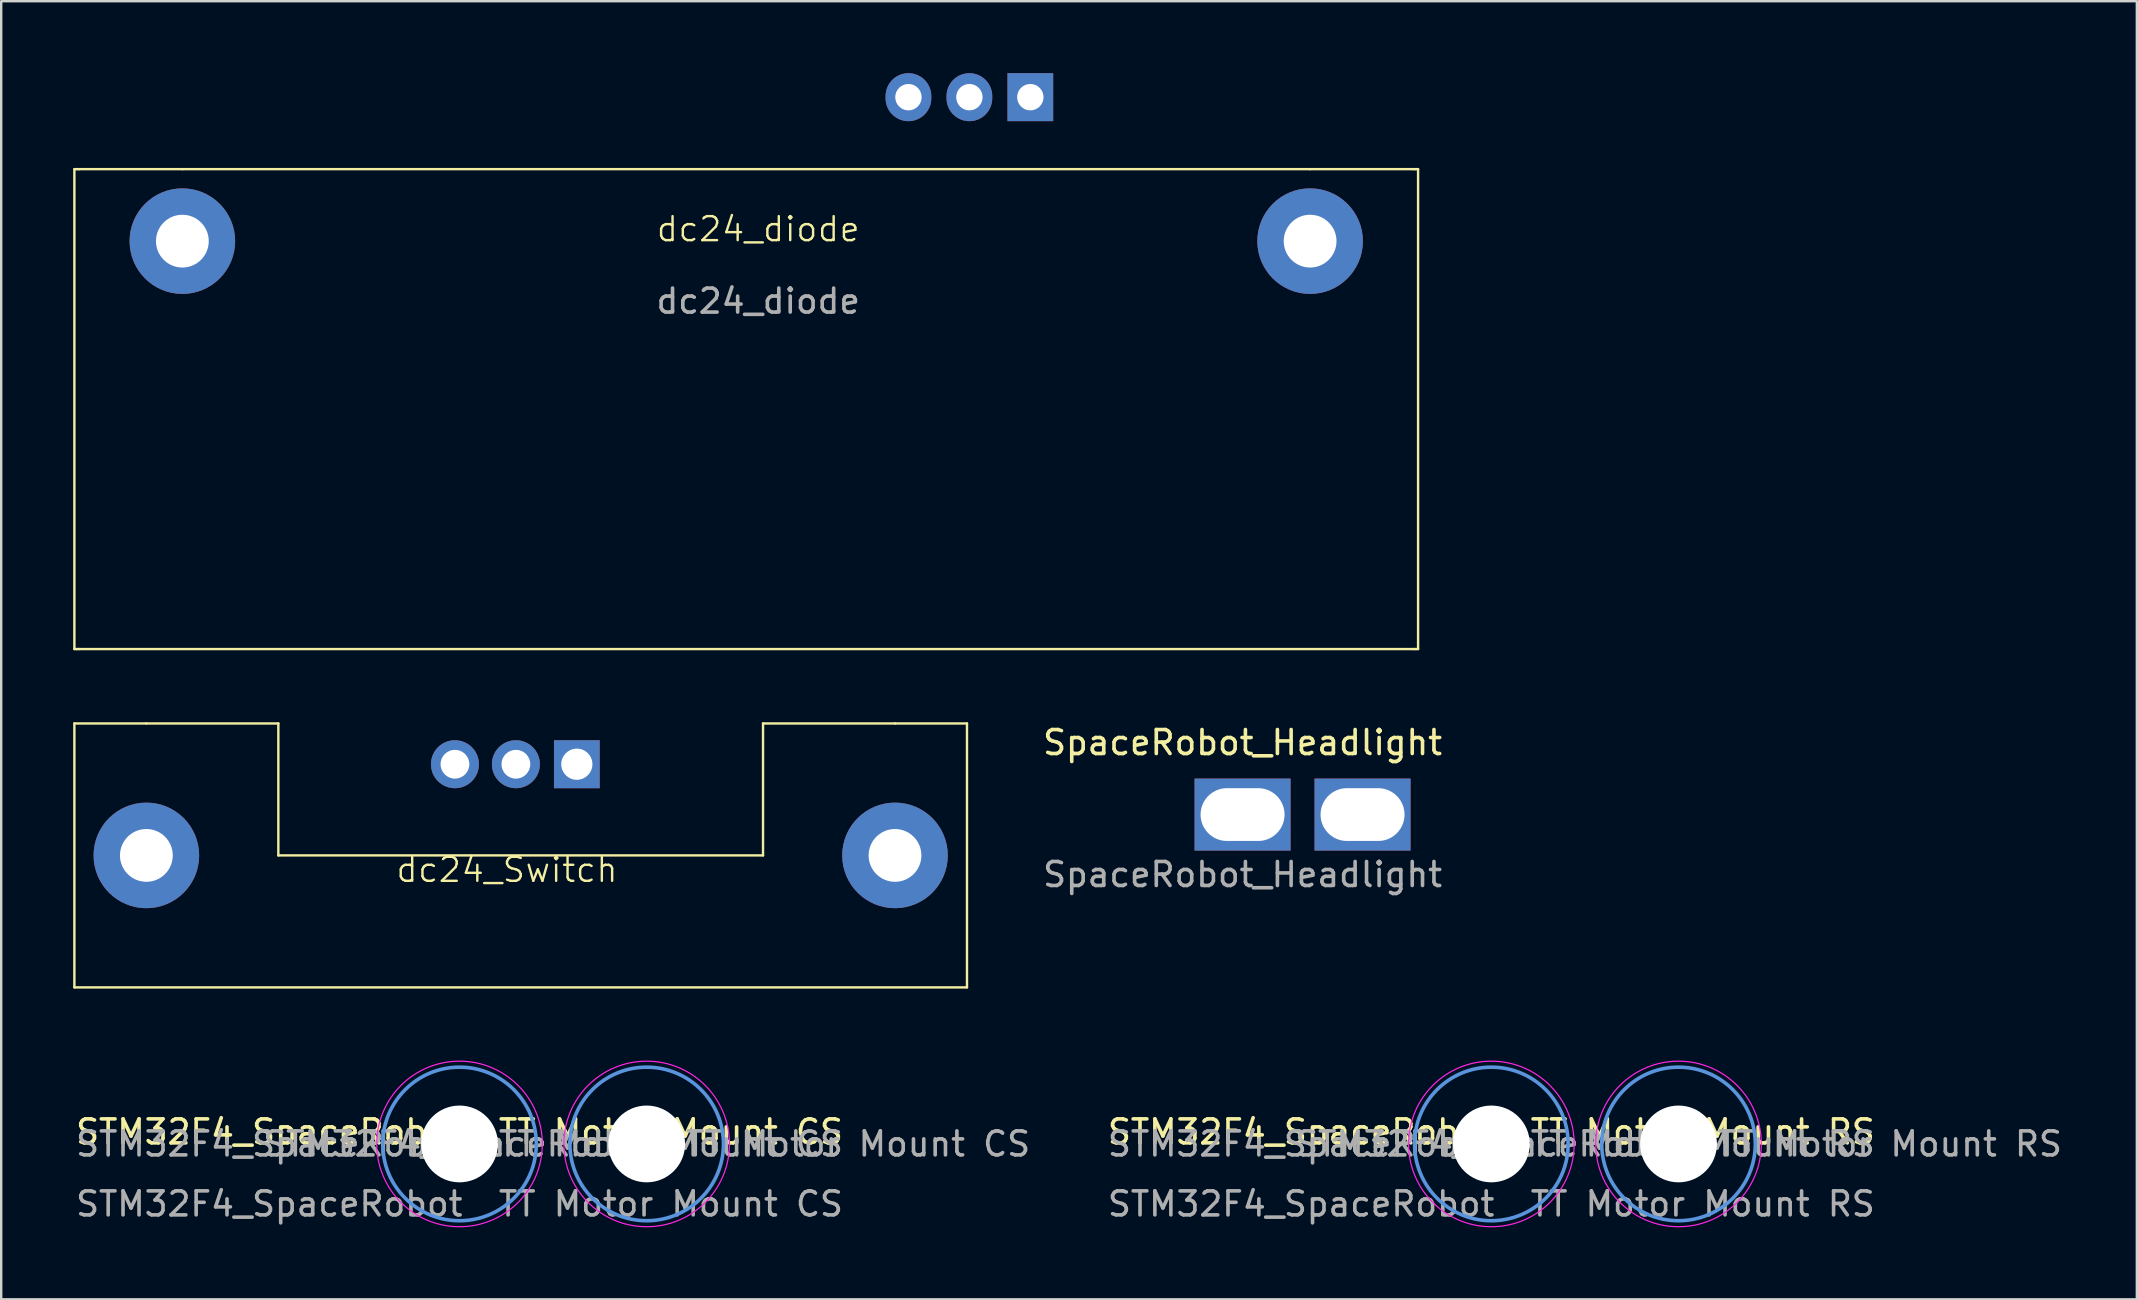
<source format=kicad_pcb>
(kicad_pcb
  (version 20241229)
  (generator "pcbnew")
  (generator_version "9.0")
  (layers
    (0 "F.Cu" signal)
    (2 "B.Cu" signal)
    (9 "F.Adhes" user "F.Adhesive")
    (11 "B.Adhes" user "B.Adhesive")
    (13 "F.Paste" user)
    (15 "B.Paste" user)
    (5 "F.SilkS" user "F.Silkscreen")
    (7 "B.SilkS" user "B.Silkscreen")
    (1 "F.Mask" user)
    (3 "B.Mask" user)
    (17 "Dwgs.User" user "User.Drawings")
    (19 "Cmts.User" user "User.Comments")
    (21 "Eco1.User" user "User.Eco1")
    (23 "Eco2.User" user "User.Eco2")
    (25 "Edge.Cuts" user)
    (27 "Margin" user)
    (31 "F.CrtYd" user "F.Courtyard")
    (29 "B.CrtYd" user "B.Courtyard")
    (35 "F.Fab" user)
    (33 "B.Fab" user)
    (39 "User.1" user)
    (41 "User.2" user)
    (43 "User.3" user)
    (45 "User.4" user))
  (footprint "STM32F4_SpaceRobot  TT Motor Mount CS"
    (layer "F.Cu")
    (at 16.101 44.625)
    (property "Reference" "STM32F4_SpaceRobot  TT Motor Mount CS" (at 0 -0.5 0) (unlocked yes) (layer "F.SilkS") (effects (font (size 1 1) (thickness 0.15))))
    (attr through_hole)
    (fp_circle (center 0 0) (end 3.2 0) (stroke (width 0.15) (type solid)) (fill no) (layer "Cmts.User"))
    (fp_circle (center 7.8 0) (end 11 0) (stroke (width 0.15) (type solid)) (fill no) (layer "Cmts.User"))
    (fp_circle (center 0 0) (end 3.45 0) (stroke (width 0.05) (type solid)) (fill no) (layer "F.CrtYd"))
    (fp_circle (center 7.8 0) (end 11.25 0) (stroke (width 0.05) (type solid)) (fill no) (layer "F.CrtYd"))
    (fp_text user "${REFERENCE}" (at 0 0 0) (layer "F.Fab") (effects (font (size 1 1) (thickness 0.15))))
    (fp_text user "${REFERENCE}" (at 7.8 0 0) (layer "F.Fab") (effects (font (size 1 1) (thickness 0.15))))
    (fp_text user "${REFERENCE}" (at 0 2.5 0) (unlocked yes) (layer "F.Fab") (effects (font (size 1 1) (thickness 0.15))))
    (pad "" np_thru_hole circle (at 0 0) (size 3.2 3.2) (drill 3.2) (layers "*.Cu" "*.Mask"))
    (pad "" np_thru_hole circle (at 7.8 0) (size 3.2 3.2) (drill 3.2) (layers "*.Cu" "*.Mask")))
  (footprint "STM32F4_SpaceRobot  TT Motor Mount RS"
    (layer "F.Cu")
    (at 59.104 44.625)
    (property "Reference" "STM32F4_SpaceRobot  TT Motor Mount RS" (at 0 -0.5 0) (unlocked yes) (layer "F.SilkS") (effects (font (size 1 1) (thickness 0.15))))
    (attr through_hole)
    (fp_circle (center 0 0) (end 3.2 0) (stroke (width 0.15) (type solid)) (fill no) (layer "Cmts.User"))
    (fp_circle (center 7.8 0) (end 11 0) (stroke (width 0.15) (type solid)) (fill no) (layer "Cmts.User"))
    (fp_circle (center 0 0) (end 3.45 0) (stroke (width 0.05) (type solid)) (fill no) (layer "F.CrtYd"))
    (fp_circle (center 7.8 0) (end 11.25 0) (stroke (width 0.05) (type solid)) (fill no) (layer "F.CrtYd"))
    (fp_text user "${REFERENCE}" (at 0 0 0) (layer "F.Fab") (effects (font (size 1 1) (thickness 0.15))))
    (fp_text user "${REFERENCE}" (at 7.8 0 0) (layer "F.Fab") (effects (font (size 1 1) (thickness 0.15))))
    (fp_text user "${REFERENCE}" (at 0 2.5 0) (unlocked yes) (layer "F.Fab") (effects (font (size 1 1) (thickness 0.15))))
    (pad "" np_thru_hole circle (at 0 0) (size 3.2 3.2) (drill 3.2) (layers "*.Cu" "*.Mask"))
    (pad "" np_thru_hole circle (at 7.8 0) (size 3.2 3.2) (drill 3.2) (layers "*.Cu" "*.Mask")))
  (footprint "SpaceRobot_Headlight"
    (layer "F.Cu")
    (at 48.735 30.898)
    (property "Reference" "SpaceRobot_Headlight" (at 0 -3 0) (unlocked yes) (layer "F.SilkS") (effects (font (size 1 1) (thickness 0.15))))
    (attr through_hole)
    (fp_text user "${REFERENCE}" (at 0 2.5 0) (unlocked yes) (layer "F.Fab") (effects (font (size 1 1) (thickness 0.15))))
    (pad "1" thru_hole custom (at 0 0) (size 4 3) (drill oval 3.5 2.2) (layers "*.Cu" "*.Mask") (options (anchor rect)) (primitives))
    (pad "2" thru_hole custom (at 5 0) (size 4 3) (drill oval 3.5 2.2) (layers "*.Cu" "*.Mask") (options (anchor rect)) (primitives)))
  (footprint "dc24_diode"
    (layer "F.Cu")
    (at 28.55 7)
    (property "Reference" "dc24_diode" (at 0 -0.5 0) (unlocked yes) (layer "F.SilkS") (effects (font (size 1 1) (thickness 0.1))))
    (attr through_hole)
    (fp_line (start -28.5 -3) (end -28.5 17) (stroke (width 0.1) (type default)) (layer "F.SilkS"))
    (fp_line (start -28.4 -3) (end -28.5 -3) (stroke (width 0.1) (type default)) (layer "F.SilkS"))
    (fp_line (start -28.4 17) (end -28.5 17) (stroke (width 0.1) (type default)) (layer "F.SilkS"))
    (fp_line (start -28.3 -3) (end -28.4 -3) (stroke (width 0.1) (type default)) (layer "F.SilkS"))
    (fp_line (start -28.3 17) (end -28.4 17) (stroke (width 0.1) (type default)) (layer "F.SilkS"))
    (fp_line (start -28.3 17) (end 27.3 17) (stroke (width 0.1) (type default)) (layer "F.SilkS"))
    (fp_line (start -24 -3) (end -28.3 -3) (stroke (width 0.1) (type default)) (layer "F.SilkS"))
    (fp_line (start -24 -3) (end 23 -3) (stroke (width 0.1) (type default)) (layer "F.SilkS"))
    (fp_line (start 23 -3) (end 27.3 -3) (stroke (width 0.1) (type default)) (layer "F.SilkS"))
    (fp_line (start 27.3 -3) (end 27.4 -3) (stroke (width 0.1) (type default)) (layer "F.SilkS"))
    (fp_line (start 27.3 17) (end 27.4 17) (stroke (width 0.1) (type default)) (layer "F.SilkS"))
    (fp_line (start 27.4 -3) (end 27.5 -3) (stroke (width 0.1) (type default)) (layer "F.SilkS"))
    (fp_line (start 27.4 17) (end 27.5 17) (stroke (width 0.1) (type default)) (layer "F.SilkS"))
    (fp_line (start 27.5 -3) (end 27.5 17) (stroke (width 0.1) (type default)) (layer "F.SilkS"))
    (fp_text user "${REFERENCE}" (at 0 2.5 0) (unlocked yes) (layer "F.Fab") (effects (font (size 1 1) (thickness 0.15))))
    (pad "" thru_hole circle (at -24 0) (size 4.4 4.4) (drill 2.2) (layers "*.Cu" "*.Mask"))
    (pad "" thru_hole circle (at 23 0) (size 4.4 4.4) (drill 2.2) (layers "*.Cu" "*.Mask"))
    (pad "1" thru_hole rect (at 11.34 -6 180) (size 1.905 2) (drill 1.1) (layers "*.Cu" "*.Mask"))
    (pad "2" thru_hole oval (at 8.8 -6 180) (size 1.905 2) (drill 1.1) (layers "*.Cu" "*.Mask"))
    (pad "3" thru_hole oval (at 6.26 -6 180) (size 1.905 2) (drill 1.1) (layers "*.Cu" "*.Mask")))
  (footprint "dc24_Switch"
    (layer "F.Cu")
    (at 18.05 32.6)
    (property "Reference" "dc24_Switch" (at 0.03 0.6 0) (unlocked yes) (layer "F.SilkS") (effects (font (size 1 1) (thickness 0.1))))
    (attr through_hole)
    (fp_line (start -18 -5.5) (end -18 5.5) (stroke (width 0.1) (type default)) (layer "F.SilkS"))
    (fp_line (start -18 5.5) (end 19.2 5.5) (stroke (width 0.1) (type default)) (layer "F.SilkS"))
    (fp_line (start -15 -5.5) (end -18 -5.5) (stroke (width 0.1) (type default)) (layer "F.SilkS"))
    (fp_line (start -15 -5.5) (end -9.5 -5.5) (stroke (width 0.1) (type default)) (layer "F.SilkS"))
    (fp_line (start -9.5 -5.5) (end -9.5 0) (stroke (width 0.1) (type default)) (layer "F.SilkS"))
    (fp_line (start 10.7 -5.5) (end 10.7 0) (stroke (width 0.1) (type default)) (layer "F.SilkS"))
    (fp_line (start 10.7 0) (end -9.5 0) (stroke (width 0.1) (type default)) (layer "F.SilkS"))
    (fp_line (start 16.2 -5.5) (end 10.7 -5.5) (stroke (width 0.1) (type default)) (layer "F.SilkS"))
    (fp_line (start 16.2 -5.5) (end 19.2 -5.5) (stroke (width 0.1) (type default)) (layer "F.SilkS"))
    (fp_line (start 19.2 -5.5) (end 19.2 5.5) (stroke (width 0.1) (type default)) (layer "F.SilkS"))
    (pad "" thru_hole circle (at -15 0) (size 4.4 4.4) (drill 2.2) (layers "*.Cu" "*.Mask"))
    (pad "" thru_hole circle (at 16.2 0) (size 4.4 4.4) (drill 2.2) (layers "*.Cu" "*.Mask"))
    (pad "1" thru_hole rect (at 2.94 -3.8 180) (size 1.905 2) (drill 1.3) (layers "*.Cu" "*.Mask"))
    (pad "2" thru_hole circle (at 0.4 -3.8 180) (size 2 2) (drill 1.2) (layers "*.Cu" "*.Mask"))
    (pad "3" thru_hole circle (at -2.14 -3.8 180) (size 2 2) (drill 1.2) (layers "*.Cu" "*.Mask")))
  (gr_rect
    (start -3 -3)
    (end 86.005 51.1)
    (stroke (width 0.1) (type default))
    (fill no)
    (layer "Edge.Cuts")))
</source>
